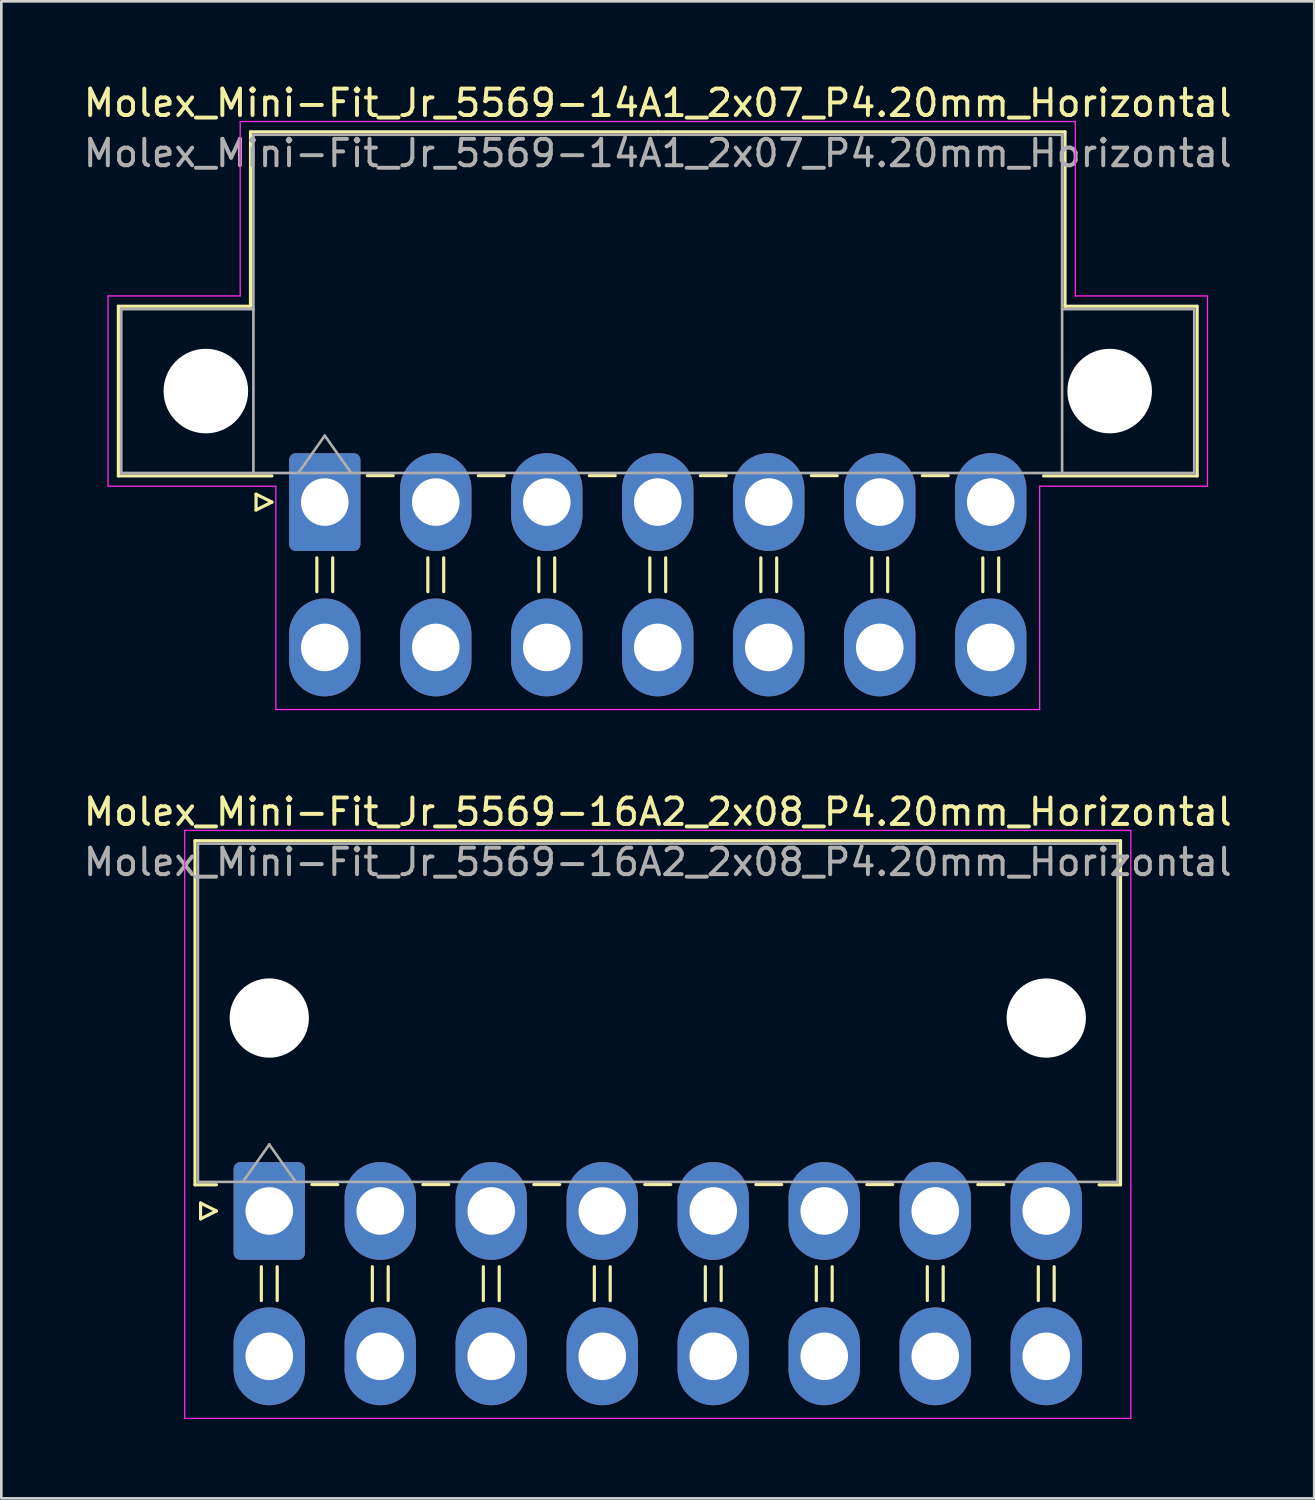
<source format=kicad_pcb>
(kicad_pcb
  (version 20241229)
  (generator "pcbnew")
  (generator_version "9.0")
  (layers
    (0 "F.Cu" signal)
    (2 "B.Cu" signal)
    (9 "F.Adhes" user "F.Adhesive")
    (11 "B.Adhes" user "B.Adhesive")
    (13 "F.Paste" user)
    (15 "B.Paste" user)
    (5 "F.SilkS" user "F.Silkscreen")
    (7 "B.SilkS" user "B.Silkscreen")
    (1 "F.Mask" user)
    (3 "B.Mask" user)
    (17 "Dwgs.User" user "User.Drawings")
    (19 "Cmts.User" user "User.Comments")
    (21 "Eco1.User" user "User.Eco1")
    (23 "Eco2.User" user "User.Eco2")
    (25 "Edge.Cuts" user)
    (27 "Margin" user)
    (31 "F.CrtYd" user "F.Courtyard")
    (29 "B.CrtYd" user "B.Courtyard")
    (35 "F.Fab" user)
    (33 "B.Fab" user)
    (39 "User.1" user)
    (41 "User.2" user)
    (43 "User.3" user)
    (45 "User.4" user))
  (footprint "Molex_Mini-Fit_Jr_5569-14A1_2x07_P4.20mm_Horizontal"
    (layer "F.Cu")
    (at 9.239 15.948)
    (property "Reference" "Molex_Mini-Fit_Jr_5569-14A1_2x07_P4.20mm_Horizontal" (at 12.6 -15.1 0) (layer "F.SilkS") (effects (font (size 1 1) (thickness 0.15))))
    (attr through_hole)
    (fp_line (start -7.81 -7.41) (end -7.81 -0.99) (stroke (width 0.12) (type solid)) (layer "F.SilkS"))
    (fp_line (start -7.81 -0.99) (end -2 -0.99) (stroke (width 0.12) (type solid)) (layer "F.SilkS"))
    (fp_line (start -2.81 -14.01) (end -2.81 -7.41) (stroke (width 0.12) (type solid)) (layer "F.SilkS"))
    (fp_line (start -2.81 -7.41) (end -7.81 -7.41) (stroke (width 0.12) (type solid)) (layer "F.SilkS"))
    (fp_line (start -2.6 -0.3) (end -2 0) (stroke (width 0.12) (type solid)) (layer "F.SilkS"))
    (fp_line (start -2.6 0.3) (end -2.6 -0.3) (stroke (width 0.12) (type solid)) (layer "F.SilkS"))
    (fp_line (start -2 0) (end -2.6 0.3) (stroke (width 0.12) (type solid)) (layer "F.SilkS"))
    (fp_line (start -0.3 2.11) (end -0.3 3.39) (stroke (width 0.12) (type solid)) (layer "F.SilkS"))
    (fp_line (start 0.3 2.11) (end 0.3 3.39) (stroke (width 0.12) (type solid)) (layer "F.SilkS"))
    (fp_line (start 1.61 -1) (end 2.59 -1) (stroke (width 0.12) (type solid)) (layer "F.SilkS"))
    (fp_line (start 3.9 2.11) (end 3.9 3.39) (stroke (width 0.12) (type solid)) (layer "F.SilkS"))
    (fp_line (start 4.5 2.11) (end 4.5 3.39) (stroke (width 0.12) (type solid)) (layer "F.SilkS"))
    (fp_line (start 5.81 -1) (end 6.79 -1) (stroke (width 0.12) (type solid)) (layer "F.SilkS"))
    (fp_line (start 8.1 2.11) (end 8.1 3.39) (stroke (width 0.12) (type solid)) (layer "F.SilkS"))
    (fp_line (start 8.7 2.11) (end 8.7 3.39) (stroke (width 0.12) (type solid)) (layer "F.SilkS"))
    (fp_line (start 10.01 -1) (end 10.99 -1) (stroke (width 0.12) (type solid)) (layer "F.SilkS"))
    (fp_line (start 12.3 2.11) (end 12.3 3.39) (stroke (width 0.12) (type solid)) (layer "F.SilkS"))
    (fp_line (start 12.6 -14.01) (end -2.81 -14.01) (stroke (width 0.12) (type solid)) (layer "F.SilkS"))
    (fp_line (start 12.6 -14.01) (end 28.01 -14.01) (stroke (width 0.12) (type solid)) (layer "F.SilkS"))
    (fp_line (start 12.9 2.11) (end 12.9 3.39) (stroke (width 0.12) (type solid)) (layer "F.SilkS"))
    (fp_line (start 14.21 -1) (end 15.19 -1) (stroke (width 0.12) (type solid)) (layer "F.SilkS"))
    (fp_line (start 16.5 2.11) (end 16.5 3.39) (stroke (width 0.12) (type solid)) (layer "F.SilkS"))
    (fp_line (start 17.1 2.11) (end 17.1 3.39) (stroke (width 0.12) (type solid)) (layer "F.SilkS"))
    (fp_line (start 18.41 -1) (end 19.39 -1) (stroke (width 0.12) (type solid)) (layer "F.SilkS"))
    (fp_line (start 20.7 2.11) (end 20.7 3.39) (stroke (width 0.12) (type solid)) (layer "F.SilkS"))
    (fp_line (start 21.3 2.11) (end 21.3 3.39) (stroke (width 0.12) (type solid)) (layer "F.SilkS"))
    (fp_line (start 22.61 -1) (end 23.59 -1) (stroke (width 0.12) (type solid)) (layer "F.SilkS"))
    (fp_line (start 24.9 2.11) (end 24.9 3.39) (stroke (width 0.12) (type solid)) (layer "F.SilkS"))
    (fp_line (start 25.5 2.11) (end 25.5 3.39) (stroke (width 0.12) (type solid)) (layer "F.SilkS"))
    (fp_line (start 28.01 -14.01) (end 28.01 -7.41) (stroke (width 0.12) (type solid)) (layer "F.SilkS"))
    (fp_line (start 28.01 -7.41) (end 33.01 -7.41) (stroke (width 0.12) (type solid)) (layer "F.SilkS"))
    (fp_line (start 33.01 -7.41) (end 33.01 -0.99) (stroke (width 0.12) (type solid)) (layer "F.SilkS"))
    (fp_line (start 33.01 -0.99) (end 27.2 -0.99) (stroke (width 0.12) (type solid)) (layer "F.SilkS"))
    (fp_line (start -8.2 -7.8) (end -8.2 -0.6) (stroke (width 0.05) (type solid)) (layer "F.CrtYd"))
    (fp_line (start -8.2 -0.6) (end -1.85 -0.6) (stroke (width 0.05) (type solid)) (layer "F.CrtYd"))
    (fp_line (start -3.2 -14.4) (end -3.2 -7.8) (stroke (width 0.05) (type solid)) (layer "F.CrtYd"))
    (fp_line (start -3.2 -7.8) (end -8.2 -7.8) (stroke (width 0.05) (type solid)) (layer "F.CrtYd"))
    (fp_line (start -1.85 -0.6) (end -1.85 7.85) (stroke (width 0.05) (type solid)) (layer "F.CrtYd"))
    (fp_line (start -1.85 7.85) (end 12.6 7.85) (stroke (width 0.05) (type solid)) (layer "F.CrtYd"))
    (fp_line (start 12.6 -14.4) (end -3.2 -14.4) (stroke (width 0.05) (type solid)) (layer "F.CrtYd"))
    (fp_line (start 12.6 -14.4) (end 28.4 -14.4) (stroke (width 0.05) (type solid)) (layer "F.CrtYd"))
    (fp_line (start 27.05 -0.6) (end 27.05 7.85) (stroke (width 0.05) (type solid)) (layer "F.CrtYd"))
    (fp_line (start 27.05 7.85) (end 12.6 7.85) (stroke (width 0.05) (type solid)) (layer "F.CrtYd"))
    (fp_line (start 28.4 -14.4) (end 28.4 -7.8) (stroke (width 0.05) (type solid)) (layer "F.CrtYd"))
    (fp_line (start 28.4 -7.8) (end 33.4 -7.8) (stroke (width 0.05) (type solid)) (layer "F.CrtYd"))
    (fp_line (start 33.4 -7.8) (end 33.4 -0.6) (stroke (width 0.05) (type solid)) (layer "F.CrtYd"))
    (fp_line (start 33.4 -0.6) (end 27.05 -0.6) (stroke (width 0.05) (type solid)) (layer "F.CrtYd"))
    (fp_line (start -7.7 -7.3) (end -7.7 -1.1) (stroke (width 0.1) (type solid)) (layer "F.Fab"))
    (fp_line (start -7.7 -1.1) (end -2.7 -1.1) (stroke (width 0.1) (type solid)) (layer "F.Fab"))
    (fp_line (start -2.7 -13.9) (end -2.7 -1.1) (stroke (width 0.1) (type solid)) (layer "F.Fab"))
    (fp_line (start -2.7 -7.3) (end -7.7 -7.3) (stroke (width 0.1) (type solid)) (layer "F.Fab"))
    (fp_line (start -2.7 -1.1) (end 27.9 -1.1) (stroke (width 0.1) (type solid)) (layer "F.Fab"))
    (fp_line (start -1 -1.1) (end 0 -2.514) (stroke (width 0.1) (type solid)) (layer "F.Fab"))
    (fp_line (start 0 -2.514) (end 1 -1.1) (stroke (width 0.1) (type solid)) (layer "F.Fab"))
    (fp_line (start 27.9 -13.9) (end -2.7 -13.9) (stroke (width 0.1) (type solid)) (layer "F.Fab"))
    (fp_line (start 27.9 -7.3) (end 32.9 -7.3) (stroke (width 0.1) (type solid)) (layer "F.Fab"))
    (fp_line (start 27.9 -1.1) (end 27.9 -13.9) (stroke (width 0.1) (type solid)) (layer "F.Fab"))
    (fp_line (start 32.9 -7.3) (end 32.9 -1.1) (stroke (width 0.1) (type solid)) (layer "F.Fab"))
    (fp_line (start 32.9 -1.1) (end 27.9 -1.1) (stroke (width 0.1) (type solid)) (layer "F.Fab"))
    (fp_text user "${REFERENCE}" (at 12.6 -13.2 0) (layer "F.Fab") (effects (font (size 1 1) (thickness 0.15))))
    (pad "" np_thru_hole circle (at -4.5 -4.2) (size 3.2 3.2) (drill 3.2) (layers "*.Cu" "*.Mask"))
    (pad "" np_thru_hole circle (at 29.7 -4.2) (size 3.2 3.2) (drill 3.2) (layers "*.Cu" "*.Mask"))
    (pad "1" thru_hole roundrect (at 0 0) (size 2.7 3.7) (drill 1.8) (layers "*.Cu" "*.Mask") (roundrect_rratio 0.093))
    (pad "2" thru_hole oval (at 4.2 0) (size 2.7 3.7) (drill 1.8) (layers "*.Cu" "*.Mask"))
    (pad "3" thru_hole oval (at 8.4 0) (size 2.7 3.7) (drill 1.8) (layers "*.Cu" "*.Mask"))
    (pad "4" thru_hole oval (at 12.6 0) (size 2.7 3.7) (drill 1.8) (layers "*.Cu" "*.Mask"))
    (pad "5" thru_hole oval (at 16.8 0) (size 2.7 3.7) (drill 1.8) (layers "*.Cu" "*.Mask"))
    (pad "6" thru_hole oval (at 21 0) (size 2.7 3.7) (drill 1.8) (layers "*.Cu" "*.Mask"))
    (pad "7" thru_hole oval (at 25.2 0) (size 2.7 3.7) (drill 1.8) (layers "*.Cu" "*.Mask"))
    (pad "8" thru_hole oval (at 0 5.5) (size 2.7 3.7) (drill 1.8) (layers "*.Cu" "*.Mask"))
    (pad "9" thru_hole oval (at 4.2 5.5) (size 2.7 3.7) (drill 1.8) (layers "*.Cu" "*.Mask"))
    (pad "10" thru_hole oval (at 8.4 5.5) (size 2.7 3.7) (drill 1.8) (layers "*.Cu" "*.Mask"))
    (pad "11" thru_hole oval (at 12.6 5.5) (size 2.7 3.7) (drill 1.8) (layers "*.Cu" "*.Mask"))
    (pad "12" thru_hole oval (at 16.8 5.5) (size 2.7 3.7) (drill 1.8) (layers "*.Cu" "*.Mask"))
    (pad "13" thru_hole oval (at 21 5.5) (size 2.7 3.7) (drill 1.8) (layers "*.Cu" "*.Mask"))
    (pad "14" thru_hole oval (at 25.2 5.5) (size 2.7 3.7) (drill 1.8) (layers "*.Cu" "*.Mask")))
  (footprint "Molex_Mini-Fit_Jr_5569-16A2_2x08_P4.20mm_Horizontal"
    (layer "F.Cu")
    (at 7.139 42.772)
    (property "Reference" "Molex_Mini-Fit_Jr_5569-16A2_2x08_P4.20mm_Horizontal" (at 14.7 -15.1 0) (layer "F.SilkS") (effects (font (size 1 1) (thickness 0.15))))
    (attr through_hole)
    (fp_line (start -2.81 -14.01) (end 14.7 -14.01) (stroke (width 0.12) (type solid)) (layer "F.SilkS"))
    (fp_line (start -2.81 -0.99) (end -2.81 -14.01) (stroke (width 0.12) (type solid)) (layer "F.SilkS"))
    (fp_line (start -2.6 -0.3) (end -2 0) (stroke (width 0.12) (type solid)) (layer "F.SilkS"))
    (fp_line (start -2.6 0.3) (end -2.6 -0.3) (stroke (width 0.12) (type solid)) (layer "F.SilkS"))
    (fp_line (start -2 -0.99) (end -2.81 -0.99) (stroke (width 0.12) (type solid)) (layer "F.SilkS"))
    (fp_line (start -2 0) (end -2.6 0.3) (stroke (width 0.12) (type solid)) (layer "F.SilkS"))
    (fp_line (start -0.3 2.11) (end -0.3 3.39) (stroke (width 0.12) (type solid)) (layer "F.SilkS"))
    (fp_line (start 0.3 2.11) (end 0.3 3.39) (stroke (width 0.12) (type solid)) (layer "F.SilkS"))
    (fp_line (start 1.61 -1) (end 2.59 -1) (stroke (width 0.12) (type solid)) (layer "F.SilkS"))
    (fp_line (start 3.9 2.11) (end 3.9 3.39) (stroke (width 0.12) (type solid)) (layer "F.SilkS"))
    (fp_line (start 4.5 2.11) (end 4.5 3.39) (stroke (width 0.12) (type solid)) (layer "F.SilkS"))
    (fp_line (start 5.81 -1) (end 6.79 -1) (stroke (width 0.12) (type solid)) (layer "F.SilkS"))
    (fp_line (start 8.1 2.11) (end 8.1 3.39) (stroke (width 0.12) (type solid)) (layer "F.SilkS"))
    (fp_line (start 8.7 2.11) (end 8.7 3.39) (stroke (width 0.12) (type solid)) (layer "F.SilkS"))
    (fp_line (start 10.01 -1) (end 10.99 -1) (stroke (width 0.12) (type solid)) (layer "F.SilkS"))
    (fp_line (start 12.3 2.11) (end 12.3 3.39) (stroke (width 0.12) (type solid)) (layer "F.SilkS"))
    (fp_line (start 12.9 2.11) (end 12.9 3.39) (stroke (width 0.12) (type solid)) (layer "F.SilkS"))
    (fp_line (start 14.21 -1) (end 15.19 -1) (stroke (width 0.12) (type solid)) (layer "F.SilkS"))
    (fp_line (start 16.5 2.11) (end 16.5 3.39) (stroke (width 0.12) (type solid)) (layer "F.SilkS"))
    (fp_line (start 17.1 2.11) (end 17.1 3.39) (stroke (width 0.12) (type solid)) (layer "F.SilkS"))
    (fp_line (start 18.41 -1) (end 19.39 -1) (stroke (width 0.12) (type solid)) (layer "F.SilkS"))
    (fp_line (start 20.7 2.11) (end 20.7 3.39) (stroke (width 0.12) (type solid)) (layer "F.SilkS"))
    (fp_line (start 21.3 2.11) (end 21.3 3.39) (stroke (width 0.12) (type solid)) (layer "F.SilkS"))
    (fp_line (start 22.61 -1) (end 23.59 -1) (stroke (width 0.12) (type solid)) (layer "F.SilkS"))
    (fp_line (start 24.9 2.11) (end 24.9 3.39) (stroke (width 0.12) (type solid)) (layer "F.SilkS"))
    (fp_line (start 25.5 2.11) (end 25.5 3.39) (stroke (width 0.12) (type solid)) (layer "F.SilkS"))
    (fp_line (start 26.81 -1) (end 27.79 -1) (stroke (width 0.12) (type solid)) (layer "F.SilkS"))
    (fp_line (start 29.1 2.11) (end 29.1 3.39) (stroke (width 0.12) (type solid)) (layer "F.SilkS"))
    (fp_line (start 29.7 2.11) (end 29.7 3.39) (stroke (width 0.12) (type solid)) (layer "F.SilkS"))
    (fp_line (start 31.4 -0.99) (end 32.21 -0.99) (stroke (width 0.12) (type solid)) (layer "F.SilkS"))
    (fp_line (start 32.21 -14.01) (end 14.7 -14.01) (stroke (width 0.12) (type solid)) (layer "F.SilkS"))
    (fp_line (start 32.21 -0.99) (end 32.21 -14.01) (stroke (width 0.12) (type solid)) (layer "F.SilkS"))
    (fp_line (start -3.2 -14.4) (end -3.2 7.85) (stroke (width 0.05) (type solid)) (layer "F.CrtYd"))
    (fp_line (start -3.2 7.85) (end 32.6 7.85) (stroke (width 0.05) (type solid)) (layer "F.CrtYd"))
    (fp_line (start 32.6 -14.4) (end -3.2 -14.4) (stroke (width 0.05) (type solid)) (layer "F.CrtYd"))
    (fp_line (start 32.6 7.85) (end 32.6 -14.4) (stroke (width 0.05) (type solid)) (layer "F.CrtYd"))
    (fp_line (start -2.7 -13.9) (end -2.7 -1.1) (stroke (width 0.1) (type solid)) (layer "F.Fab"))
    (fp_line (start -2.7 -1.1) (end 32.1 -1.1) (stroke (width 0.1) (type solid)) (layer "F.Fab"))
    (fp_line (start -1 -1.1) (end 0 -2.514) (stroke (width 0.1) (type solid)) (layer "F.Fab"))
    (fp_line (start 0 -2.514) (end 1 -1.1) (stroke (width 0.1) (type solid)) (layer "F.Fab"))
    (fp_line (start 32.1 -13.9) (end -2.7 -13.9) (stroke (width 0.1) (type solid)) (layer "F.Fab"))
    (fp_line (start 32.1 -1.1) (end 32.1 -13.9) (stroke (width 0.1) (type solid)) (layer "F.Fab"))
    (fp_text user "${REFERENCE}" (at 14.7 -13.2 0) (layer "F.Fab") (effects (font (size 1 1) (thickness 0.15))))
    (pad "" np_thru_hole circle (at 0 -7.3) (size 3 3) (drill 3) (layers "*.Cu" "*.Mask"))
    (pad "" np_thru_hole circle (at 29.4 -7.3) (size 3 3) (drill 3) (layers "*.Cu" "*.Mask"))
    (pad "1" thru_hole roundrect (at 0 0) (size 2.7 3.7) (drill 1.8) (layers "*.Cu" "*.Mask") (roundrect_rratio 0.093))
    (pad "2" thru_hole oval (at 4.2 0) (size 2.7 3.7) (drill 1.8) (layers "*.Cu" "*.Mask"))
    (pad "3" thru_hole oval (at 8.4 0) (size 2.7 3.7) (drill 1.8) (layers "*.Cu" "*.Mask"))
    (pad "4" thru_hole oval (at 12.6 0) (size 2.7 3.7) (drill 1.8) (layers "*.Cu" "*.Mask"))
    (pad "5" thru_hole oval (at 16.8 0) (size 2.7 3.7) (drill 1.8) (layers "*.Cu" "*.Mask"))
    (pad "6" thru_hole oval (at 21 0) (size 2.7 3.7) (drill 1.8) (layers "*.Cu" "*.Mask"))
    (pad "7" thru_hole oval (at 25.2 0) (size 2.7 3.7) (drill 1.8) (layers "*.Cu" "*.Mask"))
    (pad "8" thru_hole oval (at 29.4 0) (size 2.7 3.7) (drill 1.8) (layers "*.Cu" "*.Mask"))
    (pad "9" thru_hole oval (at 0 5.5) (size 2.7 3.7) (drill 1.8) (layers "*.Cu" "*.Mask"))
    (pad "10" thru_hole oval (at 4.2 5.5) (size 2.7 3.7) (drill 1.8) (layers "*.Cu" "*.Mask"))
    (pad "11" thru_hole oval (at 8.4 5.5) (size 2.7 3.7) (drill 1.8) (layers "*.Cu" "*.Mask"))
    (pad "12" thru_hole oval (at 12.6 5.5) (size 2.7 3.7) (drill 1.8) (layers "*.Cu" "*.Mask"))
    (pad "13" thru_hole oval (at 16.8 5.5) (size 2.7 3.7) (drill 1.8) (layers "*.Cu" "*.Mask"))
    (pad "14" thru_hole oval (at 21 5.5) (size 2.7 3.7) (drill 1.8) (layers "*.Cu" "*.Mask"))
    (pad "15" thru_hole oval (at 25.2 5.5) (size 2.7 3.7) (drill 1.8) (layers "*.Cu" "*.Mask"))
    (pad "16" thru_hole oval (at 29.4 5.5) (size 2.7 3.7) (drill 1.8) (layers "*.Cu" "*.Mask")))
  (gr_rect
    (start -3 -3)
    (end 46.679 53.647)
    (stroke (width 0.1) (type default))
    (fill no)
    (layer "Edge.Cuts")))
</source>
